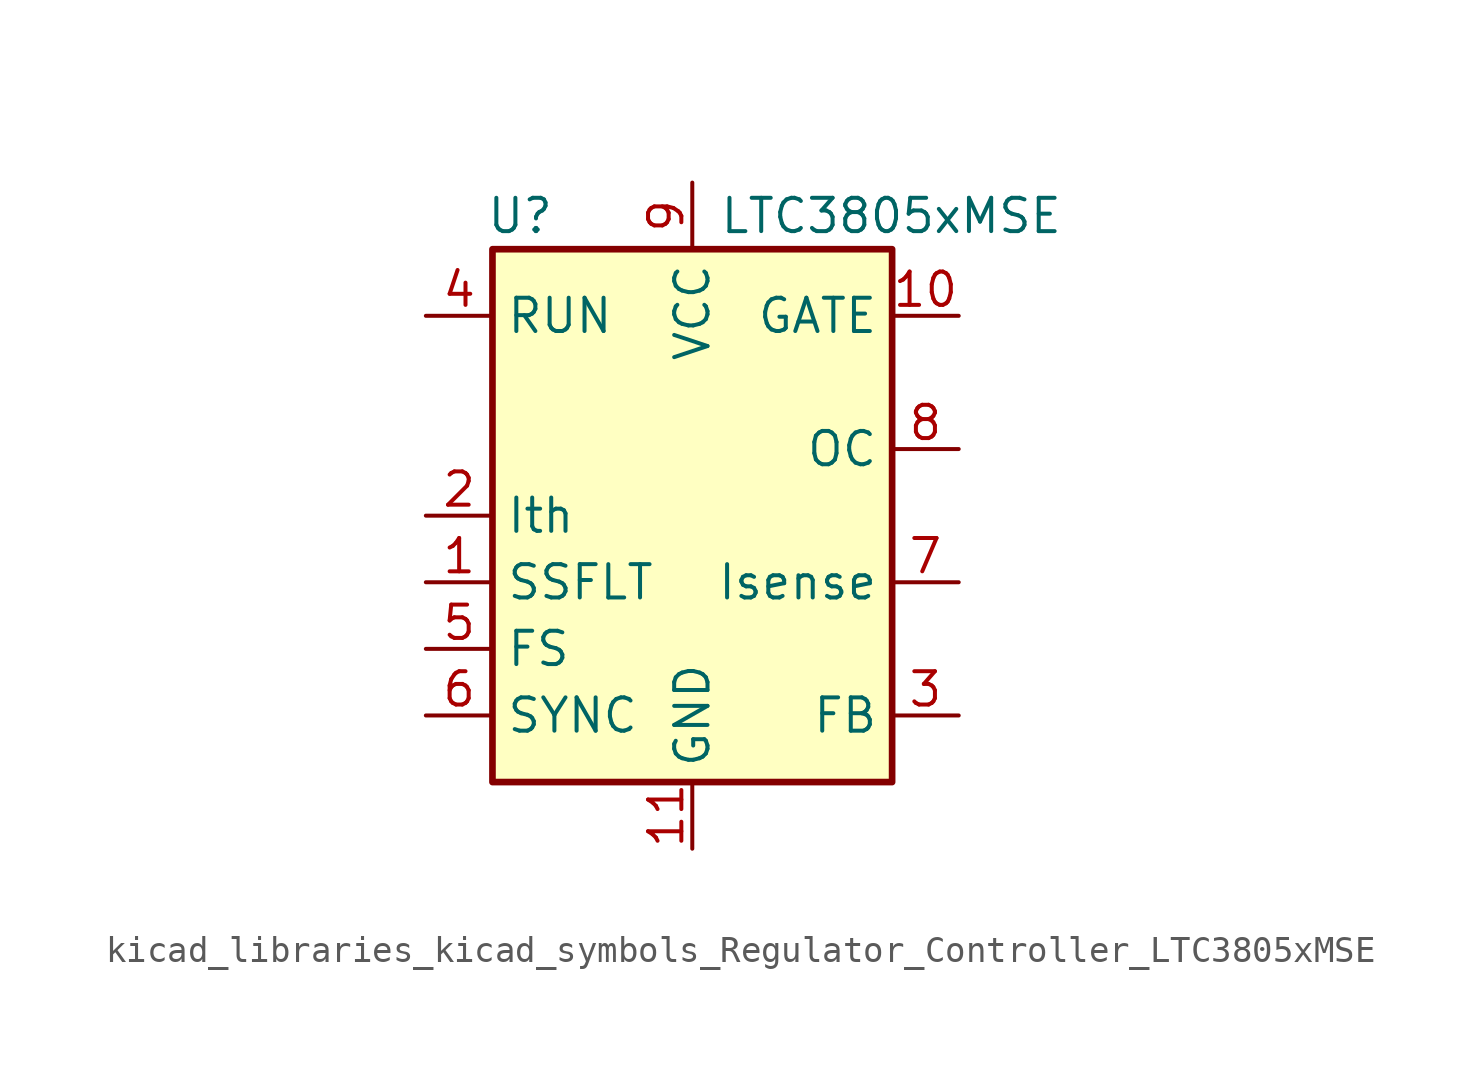
<source format=kicad_sym>
(kicad_symbol_lib
  (version 20220914)
  (generator kicad_symbol_editor)
  (symbol "kicad_libraries_kicad_symbols_Regulator_Controller_LTC3805xMSE"
    (property "Reference" "U"
      (at -7.874 11.43 0)
      (effects (font (size 1.27 1.27)) (justify left)))
    (property "Value" "LTC3805xMSE"
      (at 1.016 11.43 0)
      (effects (font (size 1.27 1.27)) (justify left)))
    (symbol "kicad_libraries_kicad_symbols_Regulator_Controller_LTC3805xMSE_0_1"
      (rectangle (start -7.62 10.16) (end 7.62 -10.16) (stroke (width 0.254) (type default)) (fill (type background))))
    (symbol "kicad_libraries_kicad_symbols_Regulator_Controller_LTC3805xMSE_1_1"
      (pin passive line (at -10.16 -2.54 0) (length 2.54) (name "SSFLT" (effects (font (size 1.27 1.27)))) (number "1" (effects (font (size 1.27 1.27)))))
      (pin output line (at 10.16 7.62 180) (length 2.54) (name "GATE" (effects (font (size 1.27 1.27)))) (number "10" (effects (font (size 1.27 1.27)))))
      (pin power_in line (at 0 -12.7 90) (length 2.54) (name "GND" (effects (font (size 1.27 1.27)))) (number "11" (effects (font (size 1.27 1.27)))))
      (pin passive line (at -10.16 0 0) (length 2.54) (name "Ith" (effects (font (size 1.27 1.27)))) (number "2" (effects (font (size 1.27 1.27)))))
      (pin input line (at 10.16 -7.62 180) (length 2.54) (name "FB" (effects (font (size 1.27 1.27)))) (number "3" (effects (font (size 1.27 1.27)))))
      (pin input line (at -10.16 7.62 0) (length 2.54) (name "RUN" (effects (font (size 1.27 1.27)))) (number "4" (effects (font (size 1.27 1.27)))))
      (pin passive line (at -10.16 -5.08 0) (length 2.54) (name "FS" (effects (font (size 1.27 1.27)))) (number "5" (effects (font (size 1.27 1.27)))))
      (pin input line (at -10.16 -7.62 0) (length 2.54) (name "SYNC" (effects (font (size 1.27 1.27)))) (number "6" (effects (font (size 1.27 1.27)))))
      (pin input line (at 10.16 -2.54 180) (length 2.54) (name "Isense" (effects (font (size 1.27 1.27)))) (number "7" (effects (font (size 1.27 1.27)))))
      (pin input line (at 10.16 2.54 180) (length 2.54) (name "OC" (effects (font (size 1.27 1.27)))) (number "8" (effects (font (size 1.27 1.27)))))
      (pin power_in line (at 0 12.7 270) (length 2.54) (name "VCC" (effects (font (size 1.27 1.27)))) (number "9" (effects (font (size 1.27 1.27))))))))
</source>
